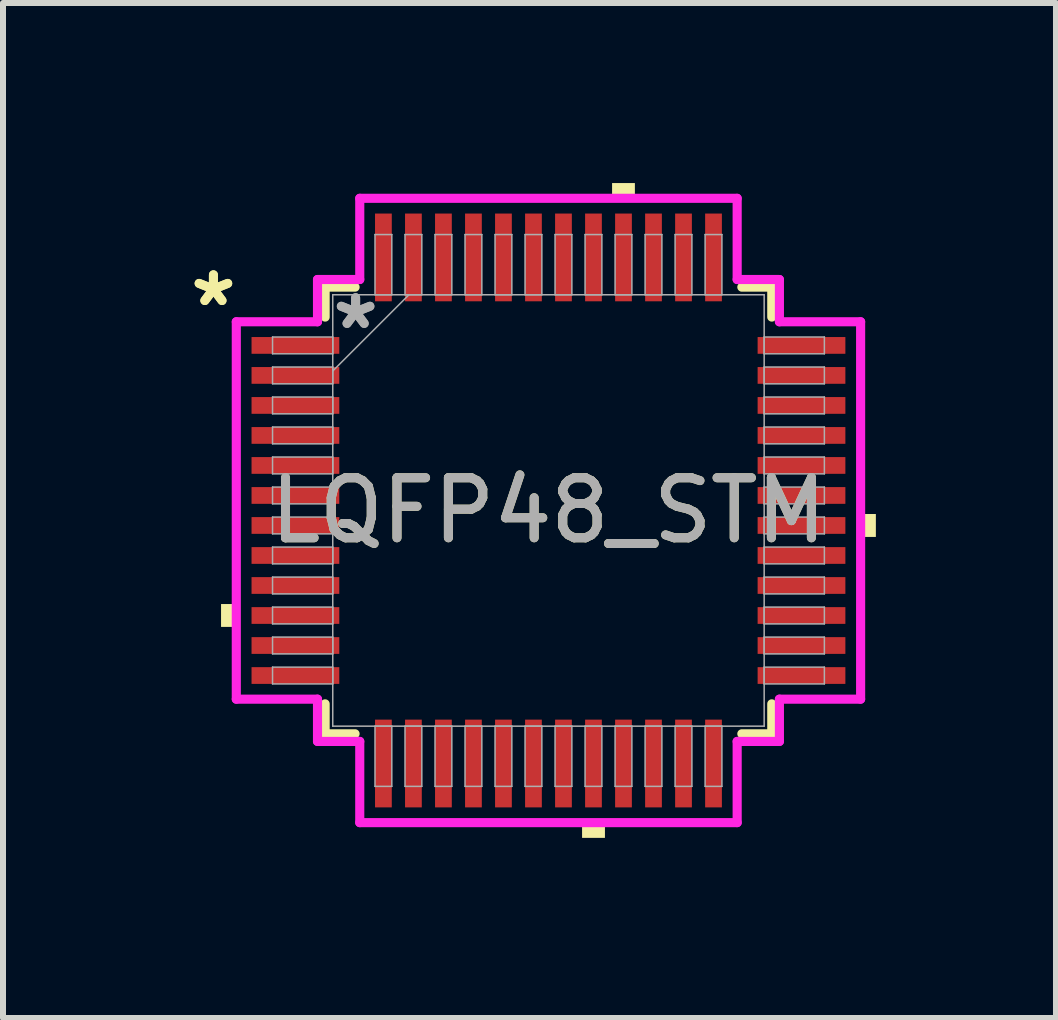
<source format=kicad_pcb>
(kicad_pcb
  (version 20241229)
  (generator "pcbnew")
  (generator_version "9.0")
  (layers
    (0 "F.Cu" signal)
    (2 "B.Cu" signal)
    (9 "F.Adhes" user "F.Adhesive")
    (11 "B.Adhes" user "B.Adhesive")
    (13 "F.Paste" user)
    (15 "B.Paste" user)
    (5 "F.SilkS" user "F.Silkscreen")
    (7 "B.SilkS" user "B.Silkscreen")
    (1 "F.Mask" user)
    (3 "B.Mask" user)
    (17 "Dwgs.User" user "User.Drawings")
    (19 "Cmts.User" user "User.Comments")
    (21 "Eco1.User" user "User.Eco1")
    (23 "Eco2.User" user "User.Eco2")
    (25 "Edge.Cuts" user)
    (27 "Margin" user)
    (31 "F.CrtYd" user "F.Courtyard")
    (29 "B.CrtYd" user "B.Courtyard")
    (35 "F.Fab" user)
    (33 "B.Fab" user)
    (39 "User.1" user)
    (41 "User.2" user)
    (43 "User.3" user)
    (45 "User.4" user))
  (footprint "LQFP48_STM"
    (layer "F.Cu")
    (at 6.088 5.455)
    (property "Reference" "LQFP48_STM" (at 0 0 0) (unlocked yes) (layer "F.SilkS") (effects (font (size 1 1) (thickness 0.15))))
    (attr smd)
    (fp_line (start -3.721 -3.721) (end -3.721 -3.222) (stroke (width 0.152) (type solid)) (layer "F.SilkS"))
    (fp_line (start -3.721 3.222) (end -3.721 3.721) (stroke (width 0.152) (type solid)) (layer "F.SilkS"))
    (fp_line (start -3.721 3.721) (end -3.222 3.721) (stroke (width 0.152) (type solid)) (layer "F.SilkS"))
    (fp_line (start -3.222 -3.721) (end -3.721 -3.721) (stroke (width 0.152) (type solid)) (layer "F.SilkS"))
    (fp_line (start 3.222 3.721) (end 3.721 3.721) (stroke (width 0.152) (type solid)) (layer "F.SilkS"))
    (fp_line (start 3.721 -3.721) (end 3.222 -3.721) (stroke (width 0.152) (type solid)) (layer "F.SilkS"))
    (fp_line (start 3.721 -3.222) (end 3.721 -3.721) (stroke (width 0.152) (type solid)) (layer "F.SilkS"))
    (fp_line (start 3.721 3.721) (end 3.721 3.222) (stroke (width 0.152) (type solid)) (layer "F.SilkS"))
    (fp_poly (pts (xy -5.455 1.559) (xy -5.455 1.94) (xy -5.201 1.94) (xy -5.201 1.559)) (stroke (width 0) (type solid)) (fill yes) (layer "F.SilkS"))
    (fp_poly (pts (xy 0.56 5.201) (xy 0.56 5.455) (xy 0.941 5.455) (xy 0.941 5.201)) (stroke (width 0) (type solid)) (fill yes) (layer "F.SilkS"))
    (fp_poly (pts (xy 1.06 -5.201) (xy 1.06 -5.455) (xy 1.44 -5.455) (xy 1.44 -5.201)) (stroke (width 0) (type solid)) (fill yes) (layer "F.SilkS"))
    (fp_poly (pts (xy 5.455 0.059) (xy 5.455 0.441) (xy 5.201 0.441) (xy 5.201 0.059)) (stroke (width 0) (type solid)) (fill yes) (layer "F.SilkS"))
    (fp_line (start -5.201 -3.144) (end -3.848 -3.144) (stroke (width 0.152) (type solid)) (layer "F.CrtYd"))
    (fp_line (start -5.201 3.144) (end -5.201 -3.144) (stroke (width 0.152) (type solid)) (layer "F.CrtYd"))
    (fp_line (start -3.848 -3.848) (end -3.144 -3.848) (stroke (width 0.152) (type solid)) (layer "F.CrtYd"))
    (fp_line (start -3.848 -3.144) (end -3.848 -3.848) (stroke (width 0.152) (type solid)) (layer "F.CrtYd"))
    (fp_line (start -3.848 3.144) (end -5.201 3.144) (stroke (width 0.152) (type solid)) (layer "F.CrtYd"))
    (fp_line (start -3.848 3.848) (end -3.848 3.144) (stroke (width 0.152) (type solid)) (layer "F.CrtYd"))
    (fp_line (start -3.848 3.848) (end -3.144 3.848) (stroke (width 0.152) (type solid)) (layer "F.CrtYd"))
    (fp_line (start -3.144 -5.201) (end 3.144 -5.201) (stroke (width 0.152) (type solid)) (layer "F.CrtYd"))
    (fp_line (start -3.144 -3.848) (end -3.144 -5.201) (stroke (width 0.152) (type solid)) (layer "F.CrtYd"))
    (fp_line (start -3.144 3.848) (end -3.144 5.201) (stroke (width 0.152) (type solid)) (layer "F.CrtYd"))
    (fp_line (start -3.144 5.201) (end 3.144 5.201) (stroke (width 0.152) (type solid)) (layer "F.CrtYd"))
    (fp_line (start 3.144 -5.201) (end 3.144 -3.848) (stroke (width 0.152) (type solid)) (layer "F.CrtYd"))
    (fp_line (start 3.144 -3.848) (end 3.848 -3.848) (stroke (width 0.152) (type solid)) (layer "F.CrtYd"))
    (fp_line (start 3.144 3.848) (end 3.848 3.848) (stroke (width 0.152) (type solid)) (layer "F.CrtYd"))
    (fp_line (start 3.144 5.201) (end 3.144 3.848) (stroke (width 0.152) (type solid)) (layer "F.CrtYd"))
    (fp_line (start 3.848 -3.144) (end 3.848 -3.848) (stroke (width 0.152) (type solid)) (layer "F.CrtYd"))
    (fp_line (start 3.848 3.144) (end 5.201 3.144) (stroke (width 0.152) (type solid)) (layer "F.CrtYd"))
    (fp_line (start 3.848 3.848) (end 3.848 3.144) (stroke (width 0.152) (type solid)) (layer "F.CrtYd"))
    (fp_line (start 5.201 -3.144) (end 3.848 -3.144) (stroke (width 0.152) (type solid)) (layer "F.CrtYd"))
    (fp_line (start 5.201 3.144) (end 5.201 -3.144) (stroke (width 0.152) (type solid)) (layer "F.CrtYd"))
    (fp_line (start -4.597 -2.89) (end -4.597 -2.61) (stroke (width 0.025) (type solid)) (layer "F.Fab"))
    (fp_line (start -4.597 -2.61) (end -3.594 -2.61) (stroke (width 0.025) (type solid)) (layer "F.Fab"))
    (fp_line (start -4.597 -2.39) (end -4.597 -2.11) (stroke (width 0.025) (type solid)) (layer "F.Fab"))
    (fp_line (start -4.597 -2.11) (end -3.594 -2.11) (stroke (width 0.025) (type solid)) (layer "F.Fab"))
    (fp_line (start -4.597 -1.89) (end -4.597 -1.61) (stroke (width 0.025) (type solid)) (layer "F.Fab"))
    (fp_line (start -4.597 -1.61) (end -3.594 -1.61) (stroke (width 0.025) (type solid)) (layer "F.Fab"))
    (fp_line (start -4.597 -1.39) (end -4.597 -1.11) (stroke (width 0.025) (type solid)) (layer "F.Fab"))
    (fp_line (start -4.597 -1.11) (end -3.594 -1.11) (stroke (width 0.025) (type solid)) (layer "F.Fab"))
    (fp_line (start -4.597 -0.89) (end -4.597 -0.61) (stroke (width 0.025) (type solid)) (layer "F.Fab"))
    (fp_line (start -4.597 -0.61) (end -3.594 -0.61) (stroke (width 0.025) (type solid)) (layer "F.Fab"))
    (fp_line (start -4.597 -0.39) (end -4.597 -0.11) (stroke (width 0.025) (type solid)) (layer "F.Fab"))
    (fp_line (start -4.597 -0.11) (end -3.594 -0.11) (stroke (width 0.025) (type solid)) (layer "F.Fab"))
    (fp_line (start -4.597 0.11) (end -4.597 0.39) (stroke (width 0.025) (type solid)) (layer "F.Fab"))
    (fp_line (start -4.597 0.39) (end -3.594 0.39) (stroke (width 0.025) (type solid)) (layer "F.Fab"))
    (fp_line (start -4.597 0.61) (end -4.597 0.89) (stroke (width 0.025) (type solid)) (layer "F.Fab"))
    (fp_line (start -4.597 0.89) (end -3.594 0.89) (stroke (width 0.025) (type solid)) (layer "F.Fab"))
    (fp_line (start -4.597 1.11) (end -4.597 1.39) (stroke (width 0.025) (type solid)) (layer "F.Fab"))
    (fp_line (start -4.597 1.39) (end -3.594 1.39) (stroke (width 0.025) (type solid)) (layer "F.Fab"))
    (fp_line (start -4.597 1.61) (end -4.597 1.89) (stroke (width 0.025) (type solid)) (layer "F.Fab"))
    (fp_line (start -4.597 1.89) (end -3.594 1.89) (stroke (width 0.025) (type solid)) (layer "F.Fab"))
    (fp_line (start -4.597 2.11) (end -4.597 2.39) (stroke (width 0.025) (type solid)) (layer "F.Fab"))
    (fp_line (start -4.597 2.39) (end -3.594 2.39) (stroke (width 0.025) (type solid)) (layer "F.Fab"))
    (fp_line (start -4.597 2.61) (end -4.597 2.89) (stroke (width 0.025) (type solid)) (layer "F.Fab"))
    (fp_line (start -4.597 2.89) (end -3.594 2.89) (stroke (width 0.025) (type solid)) (layer "F.Fab"))
    (fp_line (start -3.594 -3.594) (end -3.594 3.594) (stroke (width 0.025) (type solid)) (layer "F.Fab"))
    (fp_line (start -3.594 -2.89) (end -4.597 -2.89) (stroke (width 0.025) (type solid)) (layer "F.Fab"))
    (fp_line (start -3.594 -2.61) (end -3.594 -2.89) (stroke (width 0.025) (type solid)) (layer "F.Fab"))
    (fp_line (start -3.594 -2.39) (end -4.597 -2.39) (stroke (width 0.025) (type solid)) (layer "F.Fab"))
    (fp_line (start -3.594 -2.324) (end -2.324 -3.594) (stroke (width 0.025) (type solid)) (layer "F.Fab"))
    (fp_line (start -3.594 -2.11) (end -3.594 -2.39) (stroke (width 0.025) (type solid)) (layer "F.Fab"))
    (fp_line (start -3.594 -1.89) (end -4.597 -1.89) (stroke (width 0.025) (type solid)) (layer "F.Fab"))
    (fp_line (start -3.594 -1.61) (end -3.594 -1.89) (stroke (width 0.025) (type solid)) (layer "F.Fab"))
    (fp_line (start -3.594 -1.39) (end -4.597 -1.39) (stroke (width 0.025) (type solid)) (layer "F.Fab"))
    (fp_line (start -3.594 -1.11) (end -3.594 -1.39) (stroke (width 0.025) (type solid)) (layer "F.Fab"))
    (fp_line (start -3.594 -0.89) (end -4.597 -0.89) (stroke (width 0.025) (type solid)) (layer "F.Fab"))
    (fp_line (start -3.594 -0.61) (end -3.594 -0.89) (stroke (width 0.025) (type solid)) (layer "F.Fab"))
    (fp_line (start -3.594 -0.39) (end -4.597 -0.39) (stroke (width 0.025) (type solid)) (layer "F.Fab"))
    (fp_line (start -3.594 -0.11) (end -3.594 -0.39) (stroke (width 0.025) (type solid)) (layer "F.Fab"))
    (fp_line (start -3.594 0.11) (end -4.597 0.11) (stroke (width 0.025) (type solid)) (layer "F.Fab"))
    (fp_line (start -3.594 0.39) (end -3.594 0.11) (stroke (width 0.025) (type solid)) (layer "F.Fab"))
    (fp_line (start -3.594 0.61) (end -4.597 0.61) (stroke (width 0.025) (type solid)) (layer "F.Fab"))
    (fp_line (start -3.594 0.89) (end -3.594 0.61) (stroke (width 0.025) (type solid)) (layer "F.Fab"))
    (fp_line (start -3.594 1.11) (end -4.597 1.11) (stroke (width 0.025) (type solid)) (layer "F.Fab"))
    (fp_line (start -3.594 1.39) (end -3.594 1.11) (stroke (width 0.025) (type solid)) (layer "F.Fab"))
    (fp_line (start -3.594 1.61) (end -4.597 1.61) (stroke (width 0.025) (type solid)) (layer "F.Fab"))
    (fp_line (start -3.594 1.89) (end -3.594 1.61) (stroke (width 0.025) (type solid)) (layer "F.Fab"))
    (fp_line (start -3.594 2.11) (end -4.597 2.11) (stroke (width 0.025) (type solid)) (layer "F.Fab"))
    (fp_line (start -3.594 2.39) (end -3.594 2.11) (stroke (width 0.025) (type solid)) (layer "F.Fab"))
    (fp_line (start -3.594 2.61) (end -4.597 2.61) (stroke (width 0.025) (type solid)) (layer "F.Fab"))
    (fp_line (start -3.594 2.89) (end -3.594 2.61) (stroke (width 0.025) (type solid)) (layer "F.Fab"))
    (fp_line (start -3.594 3.594) (end 3.594 3.594) (stroke (width 0.025) (type solid)) (layer "F.Fab"))
    (fp_line (start -2.89 -4.597) (end -2.89 -3.594) (stroke (width 0.025) (type solid)) (layer "F.Fab"))
    (fp_line (start -2.89 -3.594) (end -2.61 -3.594) (stroke (width 0.025) (type solid)) (layer "F.Fab"))
    (fp_line (start -2.89 3.594) (end -2.89 4.597) (stroke (width 0.025) (type solid)) (layer "F.Fab"))
    (fp_line (start -2.89 4.597) (end -2.61 4.597) (stroke (width 0.025) (type solid)) (layer "F.Fab"))
    (fp_line (start -2.61 -4.597) (end -2.89 -4.597) (stroke (width 0.025) (type solid)) (layer "F.Fab"))
    (fp_line (start -2.61 -3.594) (end -2.61 -4.597) (stroke (width 0.025) (type solid)) (layer "F.Fab"))
    (fp_line (start -2.61 3.594) (end -2.89 3.594) (stroke (width 0.025) (type solid)) (layer "F.Fab"))
    (fp_line (start -2.61 4.597) (end -2.61 3.594) (stroke (width 0.025) (type solid)) (layer "F.Fab"))
    (fp_line (start -2.39 -4.597) (end -2.39 -3.594) (stroke (width 0.025) (type solid)) (layer "F.Fab"))
    (fp_line (start -2.39 -3.594) (end -2.11 -3.594) (stroke (width 0.025) (type solid)) (layer "F.Fab"))
    (fp_line (start -2.39 3.594) (end -2.39 4.597) (stroke (width 0.025) (type solid)) (layer "F.Fab"))
    (fp_line (start -2.39 4.597) (end -2.11 4.597) (stroke (width 0.025) (type solid)) (layer "F.Fab"))
    (fp_line (start -2.11 -4.597) (end -2.39 -4.597) (stroke (width 0.025) (type solid)) (layer "F.Fab"))
    (fp_line (start -2.11 -3.594) (end -2.11 -4.597) (stroke (width 0.025) (type solid)) (layer "F.Fab"))
    (fp_line (start -2.11 3.594) (end -2.39 3.594) (stroke (width 0.025) (type solid)) (layer "F.Fab"))
    (fp_line (start -2.11 4.597) (end -2.11 3.594) (stroke (width 0.025) (type solid)) (layer "F.Fab"))
    (fp_line (start -1.89 -4.597) (end -1.89 -3.594) (stroke (width 0.025) (type solid)) (layer "F.Fab"))
    (fp_line (start -1.89 -3.594) (end -1.61 -3.594) (stroke (width 0.025) (type solid)) (layer "F.Fab"))
    (fp_line (start -1.89 3.594) (end -1.89 4.597) (stroke (width 0.025) (type solid)) (layer "F.Fab"))
    (fp_line (start -1.89 4.597) (end -1.61 4.597) (stroke (width 0.025) (type solid)) (layer "F.Fab"))
    (fp_line (start -1.61 -4.597) (end -1.89 -4.597) (stroke (width 0.025) (type solid)) (layer "F.Fab"))
    (fp_line (start -1.61 -3.594) (end -1.61 -4.597) (stroke (width 0.025) (type solid)) (layer "F.Fab"))
    (fp_line (start -1.61 3.594) (end -1.89 3.594) (stroke (width 0.025) (type solid)) (layer "F.Fab"))
    (fp_line (start -1.61 4.597) (end -1.61 3.594) (stroke (width 0.025) (type solid)) (layer "F.Fab"))
    (fp_line (start -1.39 -4.597) (end -1.39 -3.594) (stroke (width 0.025) (type solid)) (layer "F.Fab"))
    (fp_line (start -1.39 -3.594) (end -1.11 -3.594) (stroke (width 0.025) (type solid)) (layer "F.Fab"))
    (fp_line (start -1.39 3.594) (end -1.39 4.597) (stroke (width 0.025) (type solid)) (layer "F.Fab"))
    (fp_line (start -1.39 4.597) (end -1.11 4.597) (stroke (width 0.025) (type solid)) (layer "F.Fab"))
    (fp_line (start -1.11 -4.597) (end -1.39 -4.597) (stroke (width 0.025) (type solid)) (layer "F.Fab"))
    (fp_line (start -1.11 -3.594) (end -1.11 -4.597) (stroke (width 0.025) (type solid)) (layer "F.Fab"))
    (fp_line (start -1.11 3.594) (end -1.39 3.594) (stroke (width 0.025) (type solid)) (layer "F.Fab"))
    (fp_line (start -1.11 4.597) (end -1.11 3.594) (stroke (width 0.025) (type solid)) (layer "F.Fab"))
    (fp_line (start -0.89 -4.597) (end -0.89 -3.594) (stroke (width 0.025) (type solid)) (layer "F.Fab"))
    (fp_line (start -0.89 -3.594) (end -0.61 -3.594) (stroke (width 0.025) (type solid)) (layer "F.Fab"))
    (fp_line (start -0.89 3.594) (end -0.89 4.597) (stroke (width 0.025) (type solid)) (layer "F.Fab"))
    (fp_line (start -0.89 4.597) (end -0.61 4.597) (stroke (width 0.025) (type solid)) (layer "F.Fab"))
    (fp_line (start -0.61 -4.597) (end -0.89 -4.597) (stroke (width 0.025) (type solid)) (layer "F.Fab"))
    (fp_line (start -0.61 -3.594) (end -0.61 -4.597) (stroke (width 0.025) (type solid)) (layer "F.Fab"))
    (fp_line (start -0.61 3.594) (end -0.89 3.594) (stroke (width 0.025) (type solid)) (layer "F.Fab"))
    (fp_line (start -0.61 4.597) (end -0.61 3.594) (stroke (width 0.025) (type solid)) (layer "F.Fab"))
    (fp_line (start -0.39 -4.597) (end -0.39 -3.594) (stroke (width 0.025) (type solid)) (layer "F.Fab"))
    (fp_line (start -0.39 -3.594) (end -0.11 -3.594) (stroke (width 0.025) (type solid)) (layer "F.Fab"))
    (fp_line (start -0.39 3.594) (end -0.39 4.597) (stroke (width 0.025) (type solid)) (layer "F.Fab"))
    (fp_line (start -0.39 4.597) (end -0.11 4.597) (stroke (width 0.025) (type solid)) (layer "F.Fab"))
    (fp_line (start -0.11 -4.597) (end -0.39 -4.597) (stroke (width 0.025) (type solid)) (layer "F.Fab"))
    (fp_line (start -0.11 -3.594) (end -0.11 -4.597) (stroke (width 0.025) (type solid)) (layer "F.Fab"))
    (fp_line (start -0.11 3.594) (end -0.39 3.594) (stroke (width 0.025) (type solid)) (layer "F.Fab"))
    (fp_line (start -0.11 4.597) (end -0.11 3.594) (stroke (width 0.025) (type solid)) (layer "F.Fab"))
    (fp_line (start 0.11 -4.597) (end 0.11 -3.594) (stroke (width 0.025) (type solid)) (layer "F.Fab"))
    (fp_line (start 0.11 -3.594) (end 0.39 -3.594) (stroke (width 0.025) (type solid)) (layer "F.Fab"))
    (fp_line (start 0.11 3.594) (end 0.11 4.597) (stroke (width 0.025) (type solid)) (layer "F.Fab"))
    (fp_line (start 0.11 4.597) (end 0.39 4.597) (stroke (width 0.025) (type solid)) (layer "F.Fab"))
    (fp_line (start 0.39 -4.597) (end 0.11 -4.597) (stroke (width 0.025) (type solid)) (layer "F.Fab"))
    (fp_line (start 0.39 -3.594) (end 0.39 -4.597) (stroke (width 0.025) (type solid)) (layer "F.Fab"))
    (fp_line (start 0.39 3.594) (end 0.11 3.594) (stroke (width 0.025) (type solid)) (layer "F.Fab"))
    (fp_line (start 0.39 4.597) (end 0.39 3.594) (stroke (width 0.025) (type solid)) (layer "F.Fab"))
    (fp_line (start 0.61 -4.597) (end 0.61 -3.594) (stroke (width 0.025) (type solid)) (layer "F.Fab"))
    (fp_line (start 0.61 -3.594) (end 0.89 -3.594) (stroke (width 0.025) (type solid)) (layer "F.Fab"))
    (fp_line (start 0.61 3.594) (end 0.61 4.597) (stroke (width 0.025) (type solid)) (layer "F.Fab"))
    (fp_line (start 0.61 4.597) (end 0.89 4.597) (stroke (width 0.025) (type solid)) (layer "F.Fab"))
    (fp_line (start 0.89 -4.597) (end 0.61 -4.597) (stroke (width 0.025) (type solid)) (layer "F.Fab"))
    (fp_line (start 0.89 -3.594) (end 0.89 -4.597) (stroke (width 0.025) (type solid)) (layer "F.Fab"))
    (fp_line (start 0.89 3.594) (end 0.61 3.594) (stroke (width 0.025) (type solid)) (layer "F.Fab"))
    (fp_line (start 0.89 4.597) (end 0.89 3.594) (stroke (width 0.025) (type solid)) (layer "F.Fab"))
    (fp_line (start 1.11 -4.597) (end 1.11 -3.594) (stroke (width 0.025) (type solid)) (layer "F.Fab"))
    (fp_line (start 1.11 -3.594) (end 1.39 -3.594) (stroke (width 0.025) (type solid)) (layer "F.Fab"))
    (fp_line (start 1.11 3.594) (end 1.11 4.597) (stroke (width 0.025) (type solid)) (layer "F.Fab"))
    (fp_line (start 1.11 4.597) (end 1.39 4.597) (stroke (width 0.025) (type solid)) (layer "F.Fab"))
    (fp_line (start 1.39 -4.597) (end 1.11 -4.597) (stroke (width 0.025) (type solid)) (layer "F.Fab"))
    (fp_line (start 1.39 -3.594) (end 1.39 -4.597) (stroke (width 0.025) (type solid)) (layer "F.Fab"))
    (fp_line (start 1.39 3.594) (end 1.11 3.594) (stroke (width 0.025) (type solid)) (layer "F.Fab"))
    (fp_line (start 1.39 4.597) (end 1.39 3.594) (stroke (width 0.025) (type solid)) (layer "F.Fab"))
    (fp_line (start 1.61 -4.597) (end 1.61 -3.594) (stroke (width 0.025) (type solid)) (layer "F.Fab"))
    (fp_line (start 1.61 -3.594) (end 1.89 -3.594) (stroke (width 0.025) (type solid)) (layer "F.Fab"))
    (fp_line (start 1.61 3.594) (end 1.61 4.597) (stroke (width 0.025) (type solid)) (layer "F.Fab"))
    (fp_line (start 1.61 4.597) (end 1.89 4.597) (stroke (width 0.025) (type solid)) (layer "F.Fab"))
    (fp_line (start 1.89 -4.597) (end 1.61 -4.597) (stroke (width 0.025) (type solid)) (layer "F.Fab"))
    (fp_line (start 1.89 -3.594) (end 1.89 -4.597) (stroke (width 0.025) (type solid)) (layer "F.Fab"))
    (fp_line (start 1.89 3.594) (end 1.61 3.594) (stroke (width 0.025) (type solid)) (layer "F.Fab"))
    (fp_line (start 1.89 4.597) (end 1.89 3.594) (stroke (width 0.025) (type solid)) (layer "F.Fab"))
    (fp_line (start 2.11 -4.597) (end 2.11 -3.594) (stroke (width 0.025) (type solid)) (layer "F.Fab"))
    (fp_line (start 2.11 -3.594) (end 2.39 -3.594) (stroke (width 0.025) (type solid)) (layer "F.Fab"))
    (fp_line (start 2.11 3.594) (end 2.11 4.597) (stroke (width 0.025) (type solid)) (layer "F.Fab"))
    (fp_line (start 2.11 4.597) (end 2.39 4.597) (stroke (width 0.025) (type solid)) (layer "F.Fab"))
    (fp_line (start 2.39 -4.597) (end 2.11 -4.597) (stroke (width 0.025) (type solid)) (layer "F.Fab"))
    (fp_line (start 2.39 -3.594) (end 2.39 -4.597) (stroke (width 0.025) (type solid)) (layer "F.Fab"))
    (fp_line (start 2.39 3.594) (end 2.11 3.594) (stroke (width 0.025) (type solid)) (layer "F.Fab"))
    (fp_line (start 2.39 4.597) (end 2.39 3.594) (stroke (width 0.025) (type solid)) (layer "F.Fab"))
    (fp_line (start 2.61 -4.597) (end 2.61 -3.594) (stroke (width 0.025) (type solid)) (layer "F.Fab"))
    (fp_line (start 2.61 -3.594) (end 2.89 -3.594) (stroke (width 0.025) (type solid)) (layer "F.Fab"))
    (fp_line (start 2.61 3.594) (end 2.61 4.597) (stroke (width 0.025) (type solid)) (layer "F.Fab"))
    (fp_line (start 2.61 4.597) (end 2.89 4.597) (stroke (width 0.025) (type solid)) (layer "F.Fab"))
    (fp_line (start 2.89 -4.597) (end 2.61 -4.597) (stroke (width 0.025) (type solid)) (layer "F.Fab"))
    (fp_line (start 2.89 -3.594) (end 2.89 -4.597) (stroke (width 0.025) (type solid)) (layer "F.Fab"))
    (fp_line (start 2.89 3.594) (end 2.61 3.594) (stroke (width 0.025) (type solid)) (layer "F.Fab"))
    (fp_line (start 2.89 4.597) (end 2.89 3.594) (stroke (width 0.025) (type solid)) (layer "F.Fab"))
    (fp_line (start 3.594 -3.594) (end -3.594 -3.594) (stroke (width 0.025) (type solid)) (layer "F.Fab"))
    (fp_line (start 3.594 -2.89) (end 3.594 -2.61) (stroke (width 0.025) (type solid)) (layer "F.Fab"))
    (fp_line (start 3.594 -2.61) (end 4.597 -2.61) (stroke (width 0.025) (type solid)) (layer "F.Fab"))
    (fp_line (start 3.594 -2.39) (end 3.594 -2.11) (stroke (width 0.025) (type solid)) (layer "F.Fab"))
    (fp_line (start 3.594 -2.11) (end 4.597 -2.11) (stroke (width 0.025) (type solid)) (layer "F.Fab"))
    (fp_line (start 3.594 -1.89) (end 3.594 -1.61) (stroke (width 0.025) (type solid)) (layer "F.Fab"))
    (fp_line (start 3.594 -1.61) (end 4.597 -1.61) (stroke (width 0.025) (type solid)) (layer "F.Fab"))
    (fp_line (start 3.594 -1.39) (end 3.594 -1.11) (stroke (width 0.025) (type solid)) (layer "F.Fab"))
    (fp_line (start 3.594 -1.11) (end 4.597 -1.11) (stroke (width 0.025) (type solid)) (layer "F.Fab"))
    (fp_line (start 3.594 -0.89) (end 3.594 -0.61) (stroke (width 0.025) (type solid)) (layer "F.Fab"))
    (fp_line (start 3.594 -0.61) (end 4.597 -0.61) (stroke (width 0.025) (type solid)) (layer "F.Fab"))
    (fp_line (start 3.594 -0.39) (end 3.594 -0.11) (stroke (width 0.025) (type solid)) (layer "F.Fab"))
    (fp_line (start 3.594 -0.11) (end 4.597 -0.11) (stroke (width 0.025) (type solid)) (layer "F.Fab"))
    (fp_line (start 3.594 0.11) (end 3.594 0.39) (stroke (width 0.025) (type solid)) (layer "F.Fab"))
    (fp_line (start 3.594 0.39) (end 4.597 0.39) (stroke (width 0.025) (type solid)) (layer "F.Fab"))
    (fp_line (start 3.594 0.61) (end 3.594 0.89) (stroke (width 0.025) (type solid)) (layer "F.Fab"))
    (fp_line (start 3.594 0.89) (end 4.597 0.89) (stroke (width 0.025) (type solid)) (layer "F.Fab"))
    (fp_line (start 3.594 1.11) (end 3.594 1.39) (stroke (width 0.025) (type solid)) (layer "F.Fab"))
    (fp_line (start 3.594 1.39) (end 4.597 1.39) (stroke (width 0.025) (type solid)) (layer "F.Fab"))
    (fp_line (start 3.594 1.61) (end 3.594 1.89) (stroke (width 0.025) (type solid)) (layer "F.Fab"))
    (fp_line (start 3.594 1.89) (end 4.597 1.89) (stroke (width 0.025) (type solid)) (layer "F.Fab"))
    (fp_line (start 3.594 2.11) (end 3.594 2.39) (stroke (width 0.025) (type solid)) (layer "F.Fab"))
    (fp_line (start 3.594 2.39) (end 4.597 2.39) (stroke (width 0.025) (type solid)) (layer "F.Fab"))
    (fp_line (start 3.594 2.61) (end 3.594 2.89) (stroke (width 0.025) (type solid)) (layer "F.Fab"))
    (fp_line (start 3.594 2.89) (end 4.597 2.89) (stroke (width 0.025) (type solid)) (layer "F.Fab"))
    (fp_line (start 3.594 3.594) (end 3.594 -3.594) (stroke (width 0.025) (type solid)) (layer "F.Fab"))
    (fp_line (start 4.597 -2.89) (end 3.594 -2.89) (stroke (width 0.025) (type solid)) (layer "F.Fab"))
    (fp_line (start 4.597 -2.61) (end 4.597 -2.89) (stroke (width 0.025) (type solid)) (layer "F.Fab"))
    (fp_line (start 4.597 -2.39) (end 3.594 -2.39) (stroke (width 0.025) (type solid)) (layer "F.Fab"))
    (fp_line (start 4.597 -2.11) (end 4.597 -2.39) (stroke (width 0.025) (type solid)) (layer "F.Fab"))
    (fp_line (start 4.597 -1.89) (end 3.594 -1.89) (stroke (width 0.025) (type solid)) (layer "F.Fab"))
    (fp_line (start 4.597 -1.61) (end 4.597 -1.89) (stroke (width 0.025) (type solid)) (layer "F.Fab"))
    (fp_line (start 4.597 -1.39) (end 3.594 -1.39) (stroke (width 0.025) (type solid)) (layer "F.Fab"))
    (fp_line (start 4.597 -1.11) (end 4.597 -1.39) (stroke (width 0.025) (type solid)) (layer "F.Fab"))
    (fp_line (start 4.597 -0.89) (end 3.594 -0.89) (stroke (width 0.025) (type solid)) (layer "F.Fab"))
    (fp_line (start 4.597 -0.61) (end 4.597 -0.89) (stroke (width 0.025) (type solid)) (layer "F.Fab"))
    (fp_line (start 4.597 -0.39) (end 3.594 -0.39) (stroke (width 0.025) (type solid)) (layer "F.Fab"))
    (fp_line (start 4.597 -0.11) (end 4.597 -0.39) (stroke (width 0.025) (type solid)) (layer "F.Fab"))
    (fp_line (start 4.597 0.11) (end 3.594 0.11) (stroke (width 0.025) (type solid)) (layer "F.Fab"))
    (fp_line (start 4.597 0.39) (end 4.597 0.11) (stroke (width 0.025) (type solid)) (layer "F.Fab"))
    (fp_line (start 4.597 0.61) (end 3.594 0.61) (stroke (width 0.025) (type solid)) (layer "F.Fab"))
    (fp_line (start 4.597 0.89) (end 4.597 0.61) (stroke (width 0.025) (type solid)) (layer "F.Fab"))
    (fp_line (start 4.597 1.11) (end 3.594 1.11) (stroke (width 0.025) (type solid)) (layer "F.Fab"))
    (fp_line (start 4.597 1.39) (end 4.597 1.11) (stroke (width 0.025) (type solid)) (layer "F.Fab"))
    (fp_line (start 4.597 1.61) (end 3.594 1.61) (stroke (width 0.025) (type solid)) (layer "F.Fab"))
    (fp_line (start 4.597 1.89) (end 4.597 1.61) (stroke (width 0.025) (type solid)) (layer "F.Fab"))
    (fp_line (start 4.597 2.11) (end 3.594 2.11) (stroke (width 0.025) (type solid)) (layer "F.Fab"))
    (fp_line (start 4.597 2.39) (end 4.597 2.11) (stroke (width 0.025) (type solid)) (layer "F.Fab"))
    (fp_line (start 4.597 2.61) (end 3.594 2.61) (stroke (width 0.025) (type solid)) (layer "F.Fab"))
    (fp_line (start 4.597 2.89) (end 4.597 2.61) (stroke (width 0.025) (type solid)) (layer "F.Fab"))
    (fp_text user "*" (at -5.582 -3.381 0) (unlocked yes) (layer "F.SilkS") (effects (font (size 1 1) (thickness 0.15))))
    (fp_text user "*" (at -5.582 -3.381 0) (layer "F.SilkS") (effects (font (size 1 1) (thickness 0.15))))
    (fp_text user "*" (at -3.213 -3 0) (unlocked yes) (layer "F.Fab") (effects (font (size 1 1) (thickness 0.15))))
    (fp_text user "${REFERENCE}" (at 0 0 0) (unlocked yes) (layer "F.Fab") (effects (font (size 1 1) (thickness 0.15))))
    (fp_text user "*" (at -3.213 -3 0) (layer "F.Fab") (effects (font (size 1 1) (thickness 0.15))))
    (pad "1" smd rect (at -4.216 -2.75 90) (size 0.279 1.462) (layers "F.Cu" "F.Mask" "F.Paste"))
    (pad "2" smd rect (at -4.216 -2.25 90) (size 0.279 1.462) (layers "F.Cu" "F.Mask" "F.Paste"))
    (pad "3" smd rect (at -4.216 -1.75 90) (size 0.279 1.462) (layers "F.Cu" "F.Mask" "F.Paste"))
    (pad "4" smd rect (at -4.216 -1.25 90) (size 0.279 1.462) (layers "F.Cu" "F.Mask" "F.Paste"))
    (pad "5" smd rect (at -4.216 -0.75 90) (size 0.279 1.462) (layers "F.Cu" "F.Mask" "F.Paste"))
    (pad "6" smd rect (at -4.216 -0.25 90) (size 0.279 1.462) (layers "F.Cu" "F.Mask" "F.Paste"))
    (pad "7" smd rect (at -4.216 0.25 90) (size 0.279 1.462) (layers "F.Cu" "F.Mask" "F.Paste"))
    (pad "8" smd rect (at -4.216 0.75 90) (size 0.279 1.462) (layers "F.Cu" "F.Mask" "F.Paste"))
    (pad "9" smd rect (at -4.216 1.25 90) (size 0.279 1.462) (layers "F.Cu" "F.Mask" "F.Paste"))
    (pad "10" smd rect (at -4.216 1.75 90) (size 0.279 1.462) (layers "F.Cu" "F.Mask" "F.Paste"))
    (pad "11" smd rect (at -4.216 2.25 90) (size 0.279 1.462) (layers "F.Cu" "F.Mask" "F.Paste"))
    (pad "12" smd rect (at -4.216 2.75 90) (size 0.279 1.462) (layers "F.Cu" "F.Mask" "F.Paste"))
    (pad "13" smd rect (at -2.75 4.216) (size 0.279 1.462) (layers "F.Cu" "F.Mask" "F.Paste"))
    (pad "14" smd rect (at -2.25 4.216) (size 0.279 1.462) (layers "F.Cu" "F.Mask" "F.Paste"))
    (pad "15" smd rect (at -1.75 4.216) (size 0.279 1.462) (layers "F.Cu" "F.Mask" "F.Paste"))
    (pad "16" smd rect (at -1.25 4.216) (size 0.279 1.462) (layers "F.Cu" "F.Mask" "F.Paste"))
    (pad "17" smd rect (at -0.75 4.216) (size 0.279 1.462) (layers "F.Cu" "F.Mask" "F.Paste"))
    (pad "18" smd rect (at -0.25 4.216) (size 0.279 1.462) (layers "F.Cu" "F.Mask" "F.Paste"))
    (pad "19" smd rect (at 0.25 4.216) (size 0.279 1.462) (layers "F.Cu" "F.Mask" "F.Paste"))
    (pad "20" smd rect (at 0.75 4.216) (size 0.279 1.462) (layers "F.Cu" "F.Mask" "F.Paste"))
    (pad "21" smd rect (at 1.25 4.216) (size 0.279 1.462) (layers "F.Cu" "F.Mask" "F.Paste"))
    (pad "22" smd rect (at 1.75 4.216) (size 0.279 1.462) (layers "F.Cu" "F.Mask" "F.Paste"))
    (pad "23" smd rect (at 2.25 4.216) (size 0.279 1.462) (layers "F.Cu" "F.Mask" "F.Paste"))
    (pad "24" smd rect (at 2.75 4.216) (size 0.279 1.462) (layers "F.Cu" "F.Mask" "F.Paste"))
    (pad "25" smd rect (at 4.216 2.75 90) (size 0.279 1.462) (layers "F.Cu" "F.Mask" "F.Paste"))
    (pad "26" smd rect (at 4.216 2.25 90) (size 0.279 1.462) (layers "F.Cu" "F.Mask" "F.Paste"))
    (pad "27" smd rect (at 4.216 1.75 90) (size 0.279 1.462) (layers "F.Cu" "F.Mask" "F.Paste"))
    (pad "28" smd rect (at 4.216 1.25 90) (size 0.279 1.462) (layers "F.Cu" "F.Mask" "F.Paste"))
    (pad "29" smd rect (at 4.216 0.75 90) (size 0.279 1.462) (layers "F.Cu" "F.Mask" "F.Paste"))
    (pad "30" smd rect (at 4.216 0.25 90) (size 0.279 1.462) (layers "F.Cu" "F.Mask" "F.Paste"))
    (pad "31" smd rect (at 4.216 -0.25 90) (size 0.279 1.462) (layers "F.Cu" "F.Mask" "F.Paste"))
    (pad "32" smd rect (at 4.216 -0.75 90) (size 0.279 1.462) (layers "F.Cu" "F.Mask" "F.Paste"))
    (pad "33" smd rect (at 4.216 -1.25 90) (size 0.279 1.462) (layers "F.Cu" "F.Mask" "F.Paste"))
    (pad "34" smd rect (at 4.216 -1.75 90) (size 0.279 1.462) (layers "F.Cu" "F.Mask" "F.Paste"))
    (pad "35" smd rect (at 4.216 -2.25 90) (size 0.279 1.462) (layers "F.Cu" "F.Mask" "F.Paste"))
    (pad "36" smd rect (at 4.216 -2.75 90) (size 0.279 1.462) (layers "F.Cu" "F.Mask" "F.Paste"))
    (pad "37" smd rect (at 2.75 -4.216) (size 0.279 1.462) (layers "F.Cu" "F.Mask" "F.Paste"))
    (pad "38" smd rect (at 2.25 -4.216) (size 0.279 1.462) (layers "F.Cu" "F.Mask" "F.Paste"))
    (pad "39" smd rect (at 1.75 -4.216) (size 0.279 1.462) (layers "F.Cu" "F.Mask" "F.Paste"))
    (pad "40" smd rect (at 1.25 -4.216) (size 0.279 1.462) (layers "F.Cu" "F.Mask" "F.Paste"))
    (pad "41" smd rect (at 0.75 -4.216) (size 0.279 1.462) (layers "F.Cu" "F.Mask" "F.Paste"))
    (pad "42" smd rect (at 0.25 -4.216) (size 0.279 1.462) (layers "F.Cu" "F.Mask" "F.Paste"))
    (pad "43" smd rect (at -0.25 -4.216) (size 0.279 1.462) (layers "F.Cu" "F.Mask" "F.Paste"))
    (pad "44" smd rect (at -0.75 -4.216) (size 0.279 1.462) (layers "F.Cu" "F.Mask" "F.Paste"))
    (pad "45" smd rect (at -1.25 -4.216) (size 0.279 1.462) (layers "F.Cu" "F.Mask" "F.Paste"))
    (pad "46" smd rect (at -1.75 -4.216) (size 0.279 1.462) (layers "F.Cu" "F.Mask" "F.Paste"))
    (pad "47" smd rect (at -2.25 -4.216) (size 0.279 1.462) (layers "F.Cu" "F.Mask" "F.Paste"))
    (pad "48" smd rect (at -2.75 -4.216) (size 0.279 1.462) (layers "F.Cu" "F.Mask" "F.Paste")))
  (gr_rect
    (start -3 -3)
    (end 14.544 13.911)
    (stroke (width 0.1) (type default))
    (fill no)
    (layer "Edge.Cuts")))
</source>
